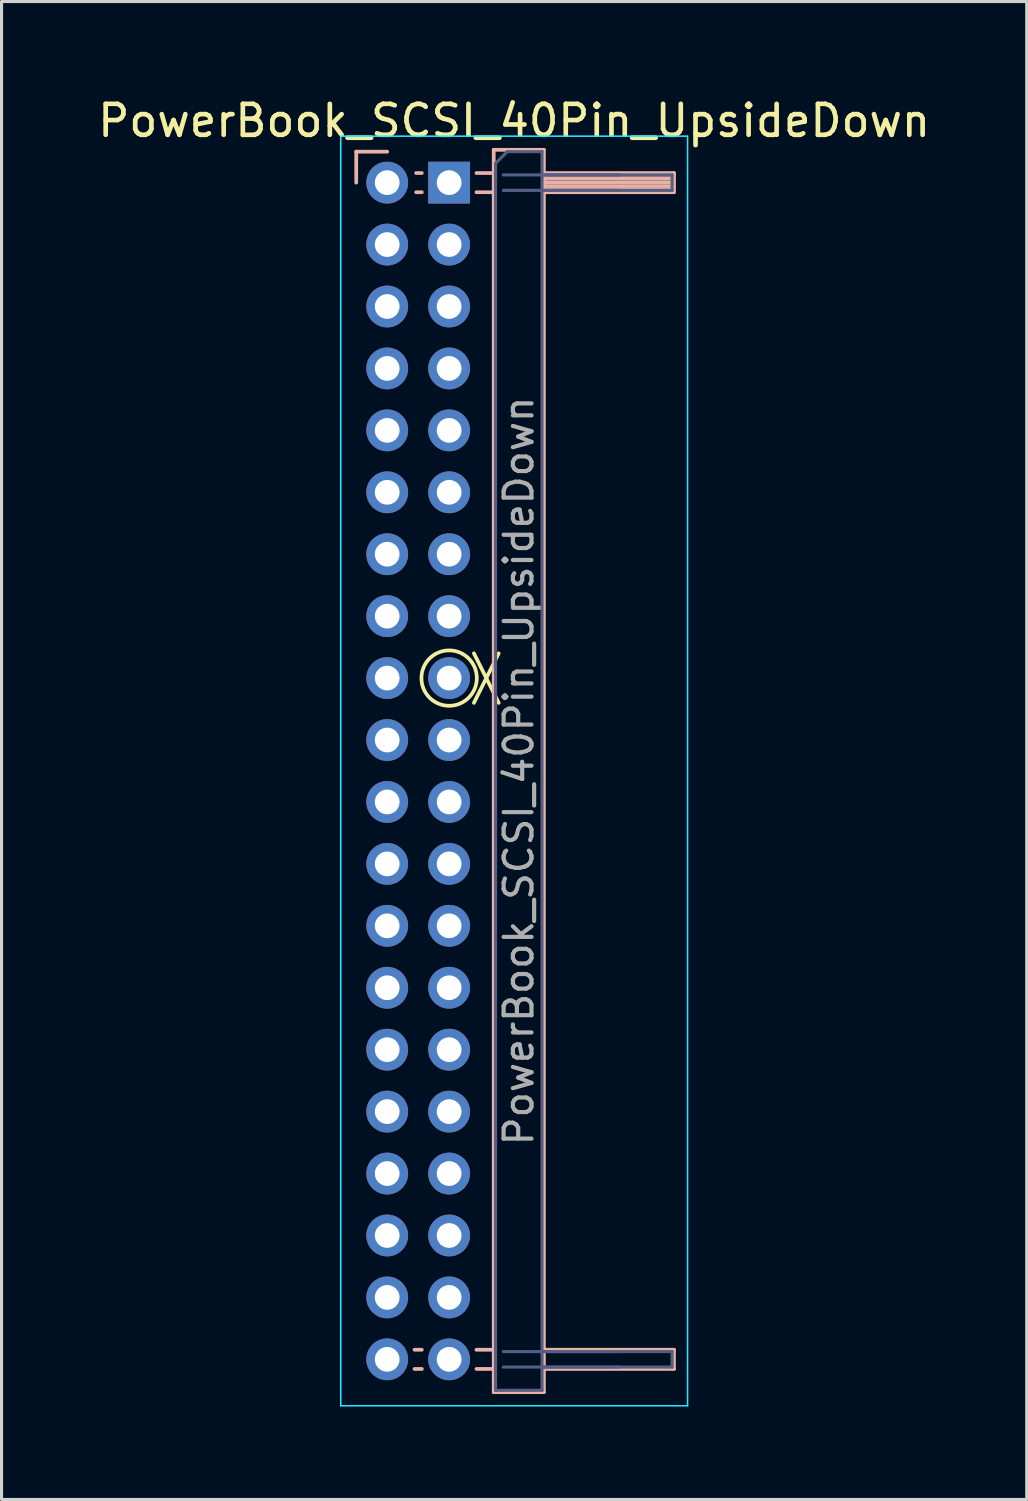
<source format=kicad_pcb>
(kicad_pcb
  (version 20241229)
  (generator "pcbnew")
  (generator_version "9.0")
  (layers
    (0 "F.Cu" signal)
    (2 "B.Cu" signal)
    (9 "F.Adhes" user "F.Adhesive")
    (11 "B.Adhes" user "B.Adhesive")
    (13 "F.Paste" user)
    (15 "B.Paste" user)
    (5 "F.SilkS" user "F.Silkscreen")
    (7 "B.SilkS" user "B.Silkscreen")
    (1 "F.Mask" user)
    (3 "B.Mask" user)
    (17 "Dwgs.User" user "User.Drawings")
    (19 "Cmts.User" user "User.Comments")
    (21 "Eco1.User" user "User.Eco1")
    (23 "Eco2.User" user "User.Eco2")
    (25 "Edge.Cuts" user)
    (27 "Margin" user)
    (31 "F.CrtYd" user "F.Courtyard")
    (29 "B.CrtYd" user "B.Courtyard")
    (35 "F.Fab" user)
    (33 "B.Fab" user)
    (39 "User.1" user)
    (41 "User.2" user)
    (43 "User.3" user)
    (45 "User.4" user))
  (footprint "PowerBook_SCSI_40Pin_UpsideDown"
    (layer "F.Cu")
    (at 9.454 2.848)
    (property "Reference" "PowerBook_SCSI_40Pin_UpsideDown" (at 4.1 -2 180) (layer "F.SilkS") (effects (font (size 1 1) (thickness 0.15))))
    (attr through_hole)
    (fp_line (start 2.8 15.2) (end 3.6 16.8) (stroke (width 0.12) (type solid)) (layer "F.SilkS"))
    (fp_line (start 2.8 16.8) (end 3.6 15.2) (stroke (width 0.12) (type solid)) (layer "F.SilkS"))
    (fp_circle (center 2 16) (end 1.6 15.2) (stroke (width 0.12) (type solid)) (fill no) (layer "F.SilkS"))
    (fp_line (start -1 -1) (end 0 -1) (stroke (width 0.12) (type solid)) (layer "B.SilkS"))
    (fp_line (start -1 0) (end -1 -1) (stroke (width 0.12) (type solid)) (layer "B.SilkS"))
    (fp_line (start 0.882 37.69) (end 1.118 37.69) (stroke (width 0.12) (type solid)) (layer "B.SilkS"))
    (fp_line (start 0.882 38.31) (end 1.118 38.31) (stroke (width 0.12) (type solid)) (layer "B.SilkS"))
    (fp_line (start 0.935 -0.31) (end 1.118 -0.31) (stroke (width 0.12) (type solid)) (layer "B.SilkS"))
    (fp_line (start 0.935 0.31) (end 1.118 0.31) (stroke (width 0.12) (type solid)) (layer "B.SilkS"))
    (fp_line (start 2.882 -0.31) (end 3.44 -0.31) (stroke (width 0.12) (type solid)) (layer "B.SilkS"))
    (fp_line (start 2.882 0.31) (end 3.44 0.31) (stroke (width 0.12) (type solid)) (layer "B.SilkS"))
    (fp_line (start 2.882 37.69) (end 3.44 37.69) (stroke (width 0.12) (type solid)) (layer "B.SilkS"))
    (fp_line (start 2.882 38.31) (end 3.44 38.31) (stroke (width 0.12) (type solid)) (layer "B.SilkS"))
    (fp_line (start 3.44 -1.06) (end 3.44 39.06) (stroke (width 0.12) (type solid)) (layer "B.SilkS"))
    (fp_line (start 3.44 39.06) (end 5.06 39.06) (stroke (width 0.12) (type solid)) (layer "B.SilkS"))
    (fp_line (start 5.06 -1.06) (end 3.44 -1.06) (stroke (width 0.12) (type solid)) (layer "B.SilkS"))
    (fp_line (start 5.06 -0.31) (end 9.26 -0.31) (stroke (width 0.12) (type solid)) (layer "B.SilkS"))
    (fp_line (start 5.06 -0.25) (end 9.26 -0.25) (stroke (width 0.12) (type solid)) (layer "B.SilkS"))
    (fp_line (start 5.06 -0.13) (end 9.26 -0.13) (stroke (width 0.12) (type solid)) (layer "B.SilkS"))
    (fp_line (start 5.06 -0.01) (end 9.26 -0.01) (stroke (width 0.12) (type solid)) (layer "B.SilkS"))
    (fp_line (start 5.06 0.11) (end 9.26 0.11) (stroke (width 0.12) (type solid)) (layer "B.SilkS"))
    (fp_line (start 5.06 0.23) (end 9.26 0.23) (stroke (width 0.12) (type solid)) (layer "B.SilkS"))
    (fp_line (start 5.06 37.69) (end 9.26 37.69) (stroke (width 0.12) (type solid)) (layer "B.SilkS"))
    (fp_line (start 5.06 39.06) (end 5.06 -1.06) (stroke (width 0.12) (type solid)) (layer "B.SilkS"))
    (fp_line (start 9.26 -0.31) (end 9.26 0.31) (stroke (width 0.12) (type solid)) (layer "B.SilkS"))
    (fp_line (start 9.26 0.31) (end 5.06 0.31) (stroke (width 0.12) (type solid)) (layer "B.SilkS"))
    (fp_line (start 9.26 37.69) (end 9.26 38.31) (stroke (width 0.12) (type solid)) (layer "B.SilkS"))
    (fp_line (start 9.26 38.31) (end 5.06 38.31) (stroke (width 0.12) (type solid)) (layer "B.SilkS"))
    (fp_line (start -1.5 -1.5) (end -1.5 39.5) (stroke (width 0.05) (type solid)) (layer "B.CrtYd"))
    (fp_line (start -1.5 39.5) (end 9.7 39.5) (stroke (width 0.05) (type solid)) (layer "B.CrtYd"))
    (fp_line (start 9.7 -1.5) (end -1.5 -1.5) (stroke (width 0.05) (type solid)) (layer "B.CrtYd"))
    (fp_line (start 9.7 39.5) (end 9.7 -1.5) (stroke (width 0.05) (type solid)) (layer "B.CrtYd"))
    (fp_line (start 3.5 -0.625) (end 3.875 -1) (stroke (width 0.1) (type solid)) (layer "B.Fab"))
    (fp_line (start 3.5 39) (end 3.5 -0.625) (stroke (width 0.1) (type solid)) (layer "B.Fab"))
    (fp_line (start 3.75 -0.25) (end 7.5 -0.25) (stroke (width 0.1) (type solid)) (layer "B.Fab"))
    (fp_line (start 3.75 0.25) (end 7.5 0.25) (stroke (width 0.1) (type solid)) (layer "B.Fab"))
    (fp_line (start 3.75 37.75) (end 7.5 37.75) (stroke (width 0.1) (type solid)) (layer "B.Fab"))
    (fp_line (start 3.75 38.25) (end 7.5 38.25) (stroke (width 0.1) (type solid)) (layer "B.Fab"))
    (fp_line (start 3.875 -1) (end 5 -1) (stroke (width 0.1) (type solid)) (layer "B.Fab"))
    (fp_line (start 5 -1) (end 5 39) (stroke (width 0.1) (type solid)) (layer "B.Fab"))
    (fp_line (start 5 -0.25) (end 9.2 -0.25) (stroke (width 0.1) (type solid)) (layer "B.Fab"))
    (fp_line (start 5 0.25) (end 9.2 0.25) (stroke (width 0.1) (type solid)) (layer "B.Fab"))
    (fp_line (start 5 37.75) (end 9.2 37.75) (stroke (width 0.1) (type solid)) (layer "B.Fab"))
    (fp_line (start 5 38.25) (end 9.2 38.25) (stroke (width 0.1) (type solid)) (layer "B.Fab"))
    (fp_line (start 5 39) (end 3.5 39) (stroke (width 0.1) (type solid)) (layer "B.Fab"))
    (fp_line (start 9.2 -0.25) (end 9.2 0.25) (stroke (width 0.1) (type solid)) (layer "B.Fab"))
    (fp_line (start 9.2 37.75) (end 9.2 38.25) (stroke (width 0.1) (type solid)) (layer "B.Fab"))
    (fp_line (start 1.75 -0.25) (end 1.75 0.25) (stroke (width 0.1) (type solid)) (layer "F.Fab"))
    (fp_line (start 1.75 1.75) (end 1.75 2.25) (stroke (width 0.1) (type solid)) (layer "F.Fab"))
    (fp_line (start 1.75 3.75) (end 1.75 4.25) (stroke (width 0.1) (type solid)) (layer "F.Fab"))
    (fp_line (start 1.75 5.75) (end 1.75 6.25) (stroke (width 0.1) (type solid)) (layer "F.Fab"))
    (fp_line (start 1.75 7.75) (end 1.75 8.25) (stroke (width 0.1) (type solid)) (layer "F.Fab"))
    (fp_line (start 1.75 9.75) (end 1.75 10.25) (stroke (width 0.1) (type solid)) (layer "F.Fab"))
    (fp_line (start 1.75 11.75) (end 1.75 12.25) (stroke (width 0.1) (type solid)) (layer "F.Fab"))
    (fp_line (start 1.75 13.75) (end 1.75 14.25) (stroke (width 0.1) (type solid)) (layer "F.Fab"))
    (fp_line (start 1.75 17.75) (end 1.75 18.25) (stroke (width 0.1) (type solid)) (layer "F.Fab"))
    (fp_line (start 1.75 19.75) (end 1.75 20.25) (stroke (width 0.1) (type solid)) (layer "F.Fab"))
    (fp_line (start 1.75 21.75) (end 1.75 22.25) (stroke (width 0.1) (type solid)) (layer "F.Fab"))
    (fp_line (start 1.75 23.75) (end 1.75 24.25) (stroke (width 0.1) (type solid)) (layer "F.Fab"))
    (fp_line (start 1.75 25.75) (end 1.75 26.25) (stroke (width 0.1) (type solid)) (layer "F.Fab"))
    (fp_line (start 1.75 27.75) (end 1.75 28.25) (stroke (width 0.1) (type solid)) (layer "F.Fab"))
    (fp_line (start 1.75 29.75) (end 1.75 30.25) (stroke (width 0.1) (type solid)) (layer "F.Fab"))
    (fp_line (start 1.75 31.75) (end 1.75 32.25) (stroke (width 0.1) (type solid)) (layer "F.Fab"))
    (fp_line (start 1.75 33.75) (end 1.75 34.25) (stroke (width 0.1) (type solid)) (layer "F.Fab"))
    (fp_line (start 1.75 35.75) (end 1.75 36.25) (stroke (width 0.1) (type solid)) (layer "F.Fab"))
    (fp_line (start 1.75 37.75) (end 1.75 38.25) (stroke (width 0.1) (type solid)) (layer "F.Fab"))
    (fp_text user "${REFERENCE}" (at 4.25 19 270) (layer "F.Fab") (effects (font (size 0.9 0.9) (thickness 0.135))))
    (pad "1" thru_hole rect (at 2 0) (size 1.35 1.35) (drill 0.8) (layers "*.Cu" "*.Mask"))
    (pad "2" thru_hole oval (at 0 0) (size 1.35 1.35) (drill 0.8) (layers "*.Cu" "*.Mask"))
    (pad "3" thru_hole oval (at 2 2) (size 1.35 1.35) (drill 0.8) (layers "*.Cu" "*.Mask"))
    (pad "4" thru_hole oval (at 0 2) (size 1.35 1.35) (drill 0.8) (layers "*.Cu" "*.Mask"))
    (pad "5" thru_hole oval (at 2 4) (size 1.35 1.35) (drill 0.8) (layers "*.Cu" "*.Mask"))
    (pad "6" thru_hole oval (at 0 4) (size 1.35 1.35) (drill 0.8) (layers "*.Cu" "*.Mask"))
    (pad "7" thru_hole oval (at 2 6) (size 1.35 1.35) (drill 0.8) (layers "*.Cu" "*.Mask"))
    (pad "8" thru_hole oval (at 0 6) (size 1.35 1.35) (drill 0.8) (layers "*.Cu" "*.Mask"))
    (pad "9" thru_hole oval (at 2 8) (size 1.35 1.35) (drill 0.8) (layers "*.Cu" "*.Mask"))
    (pad "10" thru_hole oval (at 0 8) (size 1.35 1.35) (drill 0.8) (layers "*.Cu" "*.Mask"))
    (pad "11" thru_hole oval (at 2 10) (size 1.35 1.35) (drill 0.8) (layers "*.Cu" "*.Mask"))
    (pad "12" thru_hole oval (at 0 10) (size 1.35 1.35) (drill 0.8) (layers "*.Cu" "*.Mask"))
    (pad "13" thru_hole oval (at 2 12) (size 1.35 1.35) (drill 0.8) (layers "*.Cu" "*.Mask"))
    (pad "14" thru_hole oval (at 0 12) (size 1.35 1.35) (drill 0.8) (layers "*.Cu" "*.Mask"))
    (pad "15" thru_hole oval (at 2 14) (size 1.35 1.35) (drill 0.8) (layers "*.Cu" "*.Mask"))
    (pad "16" thru_hole oval (at 0 14) (size 1.35 1.35) (drill 0.8) (layers "*.Cu" "*.Mask"))
    (pad "18" thru_hole oval (at 0 16) (size 1.35 1.35) (drill 0.8) (layers "*.Cu" "*.Mask"))
    (pad "19" thru_hole oval (at 2 18) (size 1.35 1.35) (drill 0.8) (layers "*.Cu" "*.Mask"))
    (pad "20" thru_hole oval (at 0 18) (size 1.35 1.35) (drill 0.8) (layers "*.Cu" "*.Mask"))
    (pad "21" thru_hole oval (at 2 20) (size 1.35 1.35) (drill 0.8) (layers "*.Cu" "*.Mask"))
    (pad "22" thru_hole oval (at 0 20) (size 1.35 1.35) (drill 0.8) (layers "*.Cu" "*.Mask"))
    (pad "23" thru_hole oval (at 2 22) (size 1.35 1.35) (drill 0.8) (layers "*.Cu" "*.Mask"))
    (pad "24" thru_hole oval (at 0 22) (size 1.35 1.35) (drill 0.8) (layers "*.Cu" "*.Mask"))
    (pad "25" thru_hole oval (at 2 24) (size 1.35 1.35) (drill 0.8) (layers "*.Cu" "*.Mask"))
    (pad "26" thru_hole oval (at 0 24) (size 1.35 1.35) (drill 0.8) (layers "*.Cu" "*.Mask"))
    (pad "27" thru_hole oval (at 2 26) (size 1.35 1.35) (drill 0.8) (layers "*.Cu" "*.Mask"))
    (pad "28" thru_hole oval (at 0 26) (size 1.35 1.35) (drill 0.8) (layers "*.Cu" "*.Mask"))
    (pad "29" thru_hole oval (at 2 28) (size 1.35 1.35) (drill 0.8) (layers "*.Cu" "*.Mask"))
    (pad "30" thru_hole oval (at 0 28) (size 1.35 1.35) (drill 0.8) (layers "*.Cu" "*.Mask"))
    (pad "31" thru_hole oval (at 2 30) (size 1.35 1.35) (drill 0.8) (layers "*.Cu" "*.Mask"))
    (pad "32" thru_hole oval (at 0 30) (size 1.35 1.35) (drill 0.8) (layers "*.Cu" "*.Mask"))
    (pad "33" thru_hole oval (at 2 32) (size 1.35 1.35) (drill 0.8) (layers "*.Cu" "*.Mask"))
    (pad "34" thru_hole oval (at 0 32) (size 1.35 1.35) (drill 0.8) (layers "*.Cu" "*.Mask"))
    (pad "35" thru_hole oval (at 2 34) (size 1.35 1.35) (drill 0.8) (layers "*.Cu" "*.Mask"))
    (pad "36" thru_hole oval (at 0 34) (size 1.35 1.35) (drill 0.8) (layers "*.Cu" "*.Mask"))
    (pad "37" thru_hole oval (at 2 36) (size 1.35 1.35) (drill 0.8) (layers "*.Cu" "*.Mask"))
    (pad "38" thru_hole oval (at 0 36) (size 1.35 1.35) (drill 0.8) (layers "*.Cu" "*.Mask"))
    (pad "39" thru_hole oval (at 2 38) (size 1.35 1.35) (drill 0.8) (layers "*.Cu" "*.Mask"))
    (pad "40" thru_hole oval (at 0 38) (size 1.35 1.35) (drill 0.8) (layers "*.Cu" "*.Mask"))
    (pad "NC" thru_hole oval (at 2 16) (size 1.35 1.35) (drill 0.8) (layers "*.Cu" "*.Mask")))
  (gr_rect
    (start -3 -3)
    (end 30.107 45.373)
    (stroke (width 0.1) (type default))
    (fill no)
    (layer "Edge.Cuts")))
</source>
